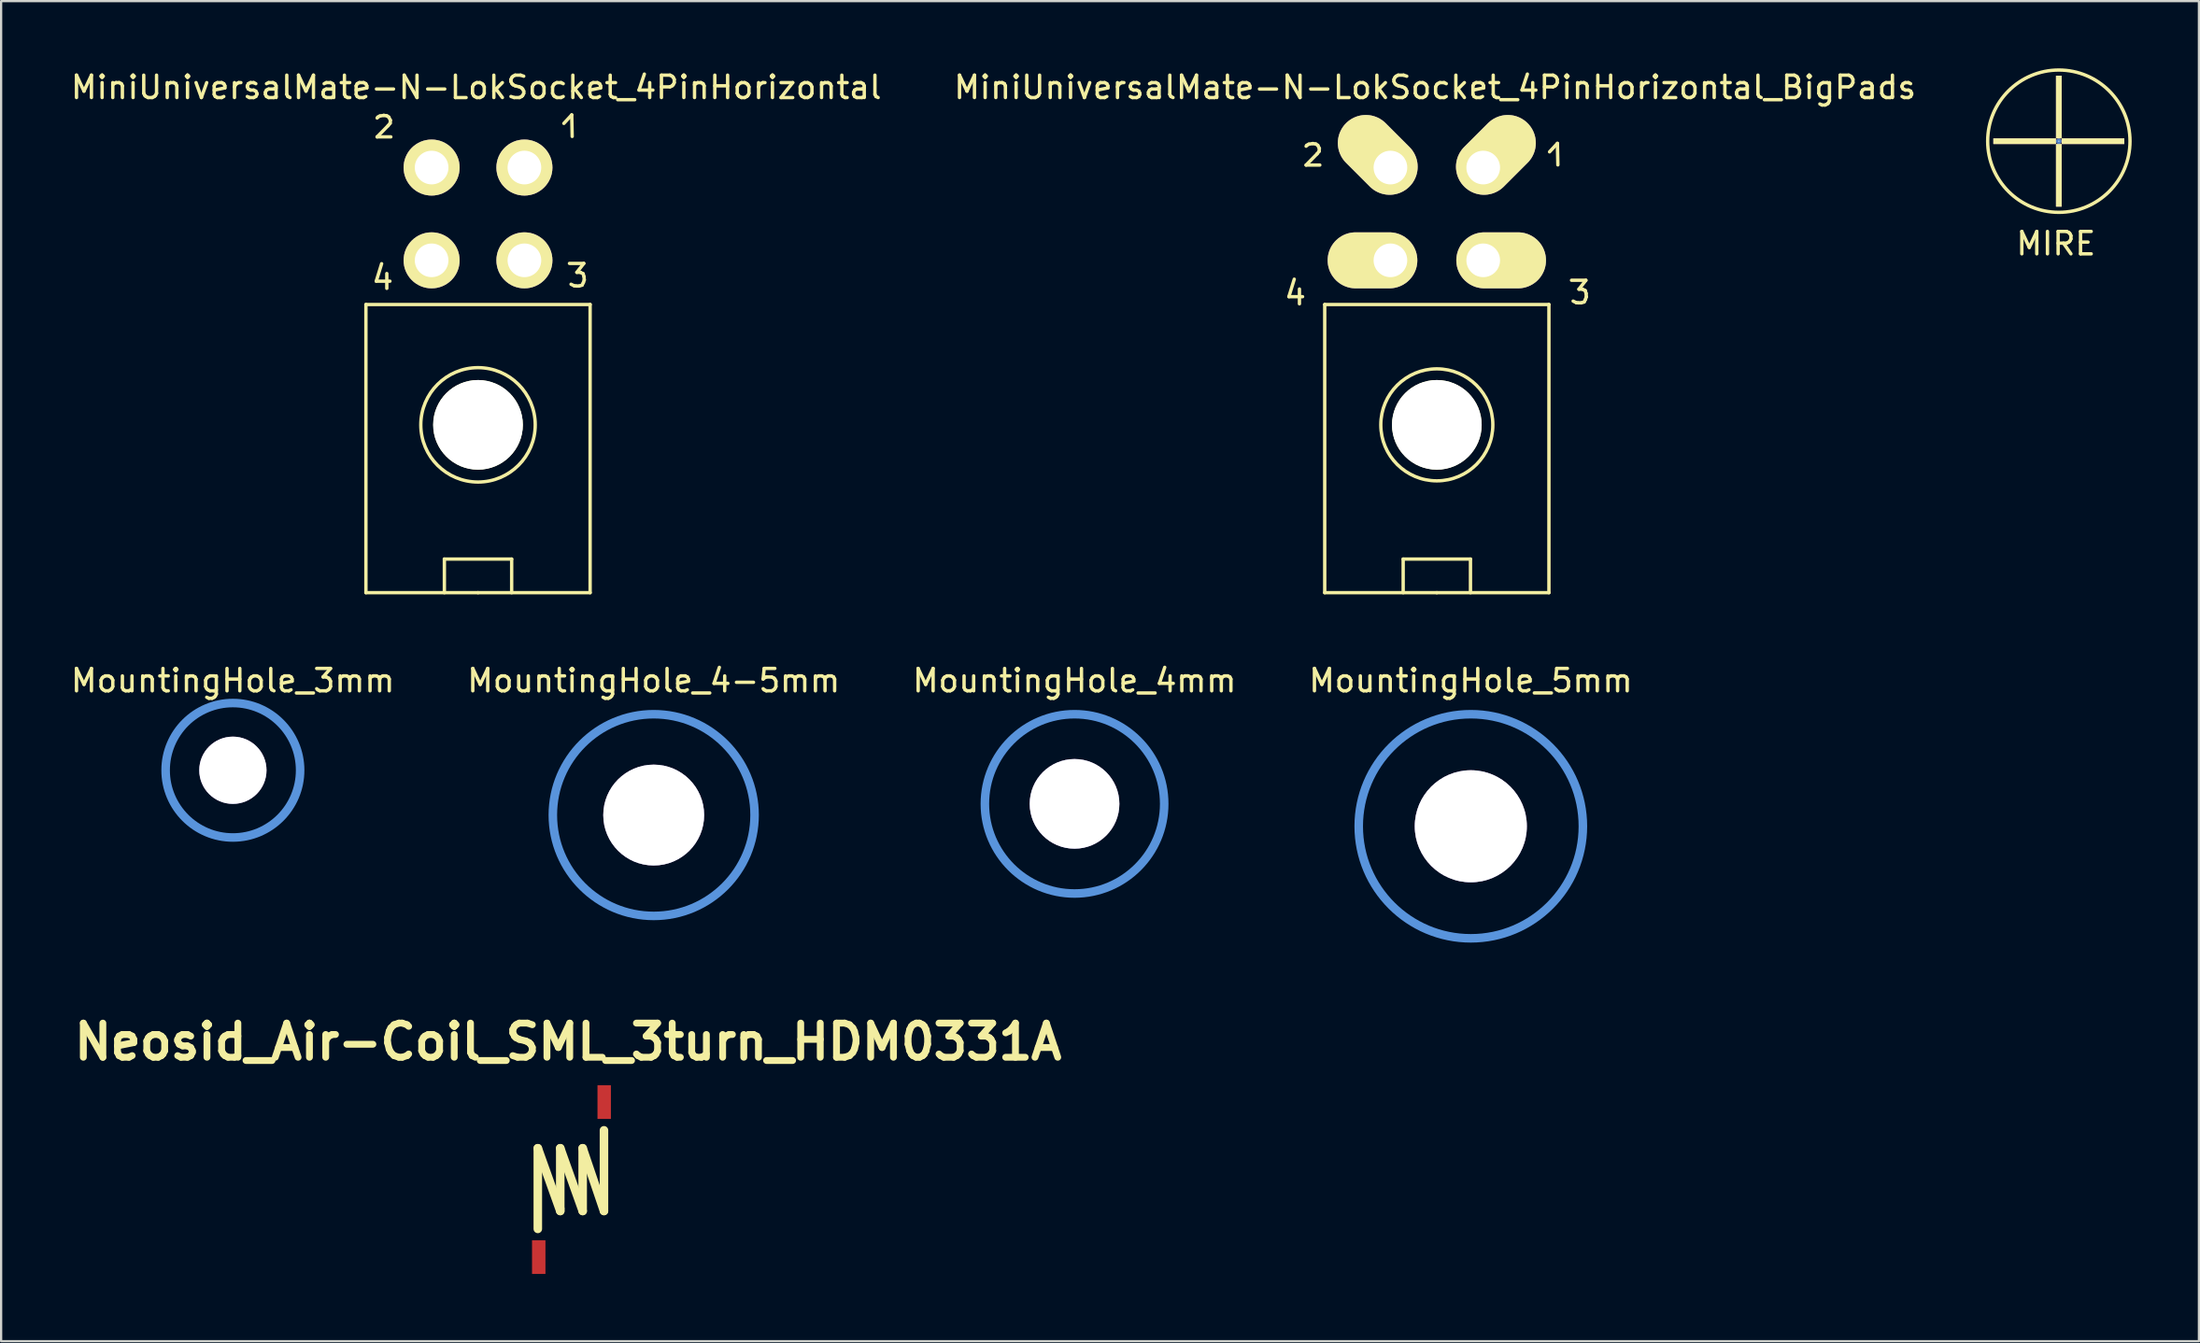
<source format=kicad_pcb>
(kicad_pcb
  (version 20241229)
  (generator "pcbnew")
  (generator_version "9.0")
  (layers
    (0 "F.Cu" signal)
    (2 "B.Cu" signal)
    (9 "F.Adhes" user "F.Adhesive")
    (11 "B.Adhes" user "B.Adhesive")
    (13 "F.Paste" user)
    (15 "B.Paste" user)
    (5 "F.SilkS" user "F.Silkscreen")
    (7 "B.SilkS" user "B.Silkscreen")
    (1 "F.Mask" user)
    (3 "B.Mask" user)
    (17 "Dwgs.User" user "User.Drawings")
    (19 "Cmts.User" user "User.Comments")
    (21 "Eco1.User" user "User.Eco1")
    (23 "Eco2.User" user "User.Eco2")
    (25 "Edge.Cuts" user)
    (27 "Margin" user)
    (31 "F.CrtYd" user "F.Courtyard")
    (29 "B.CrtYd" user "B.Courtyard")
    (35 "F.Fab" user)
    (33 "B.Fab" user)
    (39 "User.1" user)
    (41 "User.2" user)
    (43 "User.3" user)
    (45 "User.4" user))
  (footprint "MiniUniversalMate-N-LokSocket_4PinHorizontal_BigPads"
    (layer "F.Cu")
    (at 61.049 6.497)
    (property "Reference" "MiniUniversalMate-N-LokSocket_4PinHorizontal_BigPads" (at -0.079 -5.649 0) (layer "F.SilkS") (effects (font (size 1 1) (thickness 0.15))))
    (attr through_hole)
    (fp_line (start -6.599 3.691) (end -5.989 3.691) (stroke (width 0.15) (type solid)) (layer "F.SilkS"))
    (fp_line (start -6.36 2.911) (end -6.599 3.691) (stroke (width 0.15) (type solid)) (layer "F.SilkS"))
    (fp_line (start -6.129 3.35) (end -6.129 4.011) (stroke (width 0.15) (type solid)) (layer "F.SilkS"))
    (fp_line (start -5.832 -3.023) (end -5.801 -3.063) (stroke (width 0.15) (type solid)) (layer "F.SilkS"))
    (fp_line (start -5.832 -2.182) (end -5.22 -2.182) (stroke (width 0.15) (type solid)) (layer "F.SilkS"))
    (fp_line (start -5.801 -3.063) (end -5.71 -3.114) (stroke (width 0.15) (type solid)) (layer "F.SilkS"))
    (fp_line (start -5.71 -3.114) (end -5.532 -3.142) (stroke (width 0.15) (type solid)) (layer "F.SilkS"))
    (fp_line (start -5.532 -3.142) (end -5.4 -3.122) (stroke (width 0.15) (type solid)) (layer "F.SilkS"))
    (fp_line (start -5.4 -3.122) (end -5.311 -3.063) (stroke (width 0.15) (type solid)) (layer "F.SilkS"))
    (fp_line (start -5.342 -2.682) (end -5.832 -2.182) (stroke (width 0.15) (type solid)) (layer "F.SilkS"))
    (fp_line (start -5.311 -3.063) (end -5.24 -2.924) (stroke (width 0.15) (type solid)) (layer "F.SilkS"))
    (fp_line (start -5.25 -2.794) (end -5.342 -2.682) (stroke (width 0.15) (type solid)) (layer "F.SilkS"))
    (fp_line (start -5.24 -2.924) (end -5.25 -2.794) (stroke (width 0.15) (type solid)) (layer "F.SilkS"))
    (fp_line (start -5.001 4.041) (end 5.001 4.041) (stroke (width 0.15) (type solid)) (layer "F.SilkS"))
    (fp_line (start -5.001 16.901) (end -5.001 4.041) (stroke (width 0.15) (type solid)) (layer "F.SilkS"))
    (fp_line (start -1.501 15.4) (end -1.501 16.901) (stroke (width 0.15) (type solid)) (layer "F.SilkS"))
    (fp_line (start 0 16.901) (end -5.001 16.901) (stroke (width 0.15) (type solid)) (layer "F.SilkS"))
    (fp_line (start 0 16.901) (end 5.001 16.901) (stroke (width 0.15) (type solid)) (layer "F.SilkS"))
    (fp_line (start 1.501 15.4) (end -1.501 15.4) (stroke (width 0.15) (type solid)) (layer "F.SilkS"))
    (fp_line (start 1.501 16.901) (end 1.501 15.4) (stroke (width 0.15) (type solid)) (layer "F.SilkS"))
    (fp_line (start 5.001 4.041) (end 5.001 16.901) (stroke (width 0.15) (type solid)) (layer "F.SilkS"))
    (fp_line (start 5.029 -2.771) (end 5.38 -3.15) (stroke (width 0.15) (type solid)) (layer "F.SilkS"))
    (fp_line (start 5.38 -3.15) (end 5.4 -2.189) (stroke (width 0.15) (type solid)) (layer "F.SilkS"))
    (fp_line (start 6.01 2.959) (end 6.65 2.959) (stroke (width 0.15) (type solid)) (layer "F.SilkS"))
    (fp_line (start 6.22 3.957) (end 6.081 3.889) (stroke (width 0.15) (type solid)) (layer "F.SilkS"))
    (fp_line (start 6.32 3.967) (end 6.22 3.957) (stroke (width 0.15) (type solid)) (layer "F.SilkS"))
    (fp_line (start 6.34 3.358) (end 6.5 3.358) (stroke (width 0.15) (type solid)) (layer "F.SilkS"))
    (fp_line (start 6.439 3.967) (end 6.32 3.967) (stroke (width 0.15) (type solid)) (layer "F.SilkS"))
    (fp_line (start 6.5 3.358) (end 6.619 3.419) (stroke (width 0.15) (type solid)) (layer "F.SilkS"))
    (fp_line (start 6.571 3.929) (end 6.439 3.967) (stroke (width 0.15) (type solid)) (layer "F.SilkS"))
    (fp_line (start 6.619 3.419) (end 6.66 3.548) (stroke (width 0.15) (type solid)) (layer "F.SilkS"))
    (fp_line (start 6.629 3.818) (end 6.571 3.929) (stroke (width 0.15) (type solid)) (layer "F.SilkS"))
    (fp_line (start 6.65 2.959) (end 6.34 3.358) (stroke (width 0.15) (type solid)) (layer "F.SilkS"))
    (fp_line (start 6.66 3.548) (end 6.67 3.698) (stroke (width 0.15) (type solid)) (layer "F.SilkS"))
    (fp_line (start 6.67 3.698) (end 6.629 3.818) (stroke (width 0.15) (type solid)) (layer "F.SilkS"))
    (fp_circle (center 0 9.411) (end 2.499 9.411) (stroke (width 0.15) (type solid)) (fill no) (layer "F.SilkS"))
    (pad "" np_thru_hole circle (at 0 9.411 90) (size 4 4) (drill 4) (layers "*.Cu" "*.Mask" "F.SilkS"))
    (pad "1" thru_hole oval (at 2.07 -2.07 45) (size 4 2.499) (drill 1.501 (offset 0.8 0)) (layers "*.Cu" "*.Mask" "F.SilkS"))
    (pad "2" thru_hole oval (at -2.07 -2.07 315) (size 4 2.499) (drill 1.501 (offset -0.8 0)) (layers "*.Cu" "*.Mask" "F.SilkS"))
    (pad "3" thru_hole oval (at 2.07 2.07) (size 4 2.499) (drill 1.501 (offset 0.8 0)) (layers "*.Cu" "*.Mask" "F.SilkS"))
    (pad "4" thru_hole oval (at -2.07 2.07) (size 4 2.499) (drill 1.501 (offset -0.8 0)) (layers "*.Cu" "*.Mask" "F.SilkS")))
  (footprint "MountingHole_4-5mm"
    (layer "F.Cu")
    (at 26.113 33.321)
    (property "Reference" "MountingHole_4-5mm" (at 0 -5.999 0) (layer "F.SilkS") (effects (font (size 1 1) (thickness 0.15))))
    (attr through_hole)
    (fp_circle (center 0 0) (end 4.5 0) (stroke (width 0.381) (type solid)) (fill no) (layer "Cmts.User"))
    (pad "" thru_hole circle (at 0 0) (size 4.5 4.5) (drill 4.5) (layers)))
  (footprint "MountingHole_3mm"
    (layer "F.Cu")
    (at 7.339 31.322)
    (property "Reference" "MountingHole_3mm" (at 0 -4 0) (layer "F.SilkS") (effects (font (size 1 1) (thickness 0.15))))
    (attr through_hole)
    (fp_circle (center 0 0) (end 3 0) (stroke (width 0.381) (type solid)) (fill no) (layer "Cmts.User"))
    (pad "" thru_hole circle (at 0 0) (size 3 3) (drill 3) (layers)))
  (footprint "MountingHole_4mm"
    (layer "F.Cu")
    (at 44.887 32.821)
    (property "Reference" "MountingHole_4mm" (at 0 -5.499 0) (layer "F.SilkS") (effects (font (size 1 1) (thickness 0.15))))
    (attr through_hole)
    (fp_circle (center 0 0) (end 4 0) (stroke (width 0.381) (type solid)) (fill no) (layer "Cmts.User"))
    (pad "" thru_hole circle (at 0 0) (size 4 4) (drill 4) (layers)))
  (footprint "MountingHole_5mm"
    (layer "F.Cu")
    (at 62.565 33.821)
    (property "Reference" "MountingHole_5mm" (at 0 -6.5 0) (layer "F.SilkS") (effects (font (size 1 1) (thickness 0.15))))
    (attr through_hole)
    (fp_circle (center 0 0) (end 5 0) (stroke (width 0.381) (type solid)) (fill no) (layer "Cmts.User"))
    (pad "" thru_hole circle (at 0 0) (size 5 5) (drill 5) (layers)))
  (footprint "MiniUniversalMate-N-LokSocket_4PinHorizontal"
    (layer "F.Cu")
    (at 18.275 6.497)
    (property "Reference" "MiniUniversalMate-N-LokSocket_4PinHorizontal" (at -0.079 -5.649 0) (layer "F.SilkS") (effects (font (size 1 1) (thickness 0.15))))
    (attr through_hole)
    (fp_line (start -5.001 4.041) (end 5.001 4.041) (stroke (width 0.15) (type solid)) (layer "F.SilkS"))
    (fp_line (start -5.001 16.901) (end -5.001 4.041) (stroke (width 0.15) (type solid)) (layer "F.SilkS"))
    (fp_line (start -4.539 3) (end -3.929 3) (stroke (width 0.15) (type solid)) (layer "F.SilkS"))
    (fp_line (start -4.501 -4.28) (end -4.47 -4.321) (stroke (width 0.15) (type solid)) (layer "F.SilkS"))
    (fp_line (start -4.501 -3.439) (end -3.889 -3.439) (stroke (width 0.15) (type solid)) (layer "F.SilkS"))
    (fp_line (start -4.47 -4.321) (end -4.379 -4.371) (stroke (width 0.15) (type solid)) (layer "F.SilkS"))
    (fp_line (start -4.379 -4.371) (end -4.201 -4.399) (stroke (width 0.15) (type solid)) (layer "F.SilkS"))
    (fp_line (start -4.3 2.22) (end -4.539 3) (stroke (width 0.15) (type solid)) (layer "F.SilkS"))
    (fp_line (start -4.201 -4.399) (end -4.069 -4.379) (stroke (width 0.15) (type solid)) (layer "F.SilkS"))
    (fp_line (start -4.069 -4.379) (end -3.98 -4.321) (stroke (width 0.15) (type solid)) (layer "F.SilkS"))
    (fp_line (start -4.069 2.659) (end -4.069 3.32) (stroke (width 0.15) (type solid)) (layer "F.SilkS"))
    (fp_line (start -4.011 -3.94) (end -4.501 -3.439) (stroke (width 0.15) (type solid)) (layer "F.SilkS"))
    (fp_line (start -3.98 -4.321) (end -3.909 -4.181) (stroke (width 0.15) (type solid)) (layer "F.SilkS"))
    (fp_line (start -3.919 -4.051) (end -4.011 -3.94) (stroke (width 0.15) (type solid)) (layer "F.SilkS"))
    (fp_line (start -3.909 -4.181) (end -3.919 -4.051) (stroke (width 0.15) (type solid)) (layer "F.SilkS"))
    (fp_line (start -1.501 15.4) (end -1.501 16.901) (stroke (width 0.15) (type solid)) (layer "F.SilkS"))
    (fp_line (start 0 16.901) (end -5.001 16.901) (stroke (width 0.15) (type solid)) (layer "F.SilkS"))
    (fp_line (start 0 16.901) (end 5.001 16.901) (stroke (width 0.15) (type solid)) (layer "F.SilkS"))
    (fp_line (start 1.501 15.4) (end -1.501 15.4) (stroke (width 0.15) (type solid)) (layer "F.SilkS"))
    (fp_line (start 1.501 16.901) (end 1.501 15.4) (stroke (width 0.15) (type solid)) (layer "F.SilkS"))
    (fp_line (start 3.83 -4.041) (end 4.181 -4.42) (stroke (width 0.15) (type solid)) (layer "F.SilkS"))
    (fp_line (start 4.079 2.207) (end 4.719 2.207) (stroke (width 0.15) (type solid)) (layer "F.SilkS"))
    (fp_line (start 4.181 -4.42) (end 4.201 -3.459) (stroke (width 0.15) (type solid)) (layer "F.SilkS"))
    (fp_line (start 4.29 3.205) (end 4.15 3.137) (stroke (width 0.15) (type solid)) (layer "F.SilkS"))
    (fp_line (start 4.389 3.216) (end 4.29 3.205) (stroke (width 0.15) (type solid)) (layer "F.SilkS"))
    (fp_line (start 4.409 2.606) (end 4.569 2.606) (stroke (width 0.15) (type solid)) (layer "F.SilkS"))
    (fp_line (start 4.508 3.216) (end 4.389 3.216) (stroke (width 0.15) (type solid)) (layer "F.SilkS"))
    (fp_line (start 4.569 2.606) (end 4.689 2.667) (stroke (width 0.15) (type solid)) (layer "F.SilkS"))
    (fp_line (start 4.641 3.178) (end 4.508 3.216) (stroke (width 0.15) (type solid)) (layer "F.SilkS"))
    (fp_line (start 4.689 2.667) (end 4.729 2.797) (stroke (width 0.15) (type solid)) (layer "F.SilkS"))
    (fp_line (start 4.699 3.066) (end 4.641 3.178) (stroke (width 0.15) (type solid)) (layer "F.SilkS"))
    (fp_line (start 4.719 2.207) (end 4.409 2.606) (stroke (width 0.15) (type solid)) (layer "F.SilkS"))
    (fp_line (start 4.729 2.797) (end 4.74 2.946) (stroke (width 0.15) (type solid)) (layer "F.SilkS"))
    (fp_line (start 4.74 2.946) (end 4.699 3.066) (stroke (width 0.15) (type solid)) (layer "F.SilkS"))
    (fp_line (start 5.001 4.041) (end 5.001 16.901) (stroke (width 0.15) (type solid)) (layer "F.SilkS"))
    (fp_circle (center 0 9.411) (end 2.141 10.8) (stroke (width 0.15) (type solid)) (fill no) (layer "F.SilkS"))
    (pad "" np_thru_hole circle (at 0 9.411 90) (size 4 4) (drill 4) (layers "*.Cu" "*.Mask" "F.SilkS"))
    (pad "1" thru_hole circle (at 2.07 -2.07 90) (size 2.499 2.499) (drill 1.501) (layers "*.Cu" "*.Mask" "F.SilkS"))
    (pad "2" thru_hole circle (at -2.07 -2.07 90) (size 2.499 2.499) (drill 1.501) (layers "*.Cu" "*.Mask" "F.SilkS"))
    (pad "3" thru_hole circle (at 2.07 2.07 90) (size 2.499 2.499) (drill 1.501) (layers "*.Cu" "*.Mask" "F.SilkS"))
    (pad "4" thru_hole circle (at -2.07 2.07 90) (size 2.499 2.499) (drill 1.501) (layers "*.Cu" "*.Mask" "F.SilkS")))
  (footprint "Neosid_Air-Coil_SML_3turn_HDM0331A"
    (layer "F.Cu")
    (at 22.444 49.588)
    (property "Reference" "Neosid_Air-Coil_SML_3turn_HDM0331A" (at -0.15 -6.149 0) (layer "F.SilkS") (effects (font (size 1.524 1.524) (thickness 0.305))))
    (attr smd)
    (fp_line (start -1.501 -1.4) (end -1.501 2.2) (stroke (width 0.381) (type solid)) (layer "F.SilkS"))
    (fp_line (start -1.501 -1.4) (end -0.5 1.4) (stroke (width 0.381) (type solid)) (layer "F.SilkS"))
    (fp_line (start -0.5 -1.4) (end -0.5 1.3) (stroke (width 0.381) (type solid)) (layer "F.SilkS"))
    (fp_line (start -0.5 -1.4) (end 0.5 1.4) (stroke (width 0.381) (type solid)) (layer "F.SilkS"))
    (fp_line (start -0.5 1.3) (end -0.5 1.4) (stroke (width 0.381) (type solid)) (layer "F.SilkS"))
    (fp_line (start 0.5 -1.4) (end 0.5 1.4) (stroke (width 0.381) (type solid)) (layer "F.SilkS"))
    (fp_line (start 0.5 -1.4) (end 1.45 1.4) (stroke (width 0.381) (type solid)) (layer "F.SilkS"))
    (fp_line (start 1.45 1.4) (end 1.45 -2.2) (stroke (width 0.381) (type solid)) (layer "F.SilkS"))
    (pad "1" smd rect (at -1.46 3.459) (size 0.599 1.501) (layers "F.Cu" "F.Mask" "F.Paste"))
    (pad "2" smd rect (at 1.46 -3.459) (size 0.599 1.501) (layers "F.Cu" "F.Mask" "F.Paste")))
  (footprint "MIRE"
    (layer "F.Cu")
    (at 88.798 3.25)
    (property "Reference" "MIRE" (at -0.127 4.572 0) (layer "F.SilkS") (effects (font (size 1 1) (thickness 0.15))))
    (attr through_hole)
    (fp_circle (center 0 0) (end 2.54 1.905) (stroke (width 0.15) (type solid)) (fill no) (layer "F.SilkS"))
    (pad "" thru_hole rect (at -1.524 0) (size 2.794 0.254) (drill 0.000001) (layers "*.Cu" "*.Mask" "F.SilkS"))
    (pad "" thru_hole rect (at 0 -1.524) (size 0.254 2.794) (drill 0.000001) (layers "*.Cu" "*.Mask" "F.SilkS"))
    (pad "" thru_hole circle (at 0 0) (size 0.254 0.254) (drill 0.051) (layers "*.Cu" "*.Mask"))
    (pad "" thru_hole rect (at 0 1.524) (size 0.254 2.794) (drill 0.000001) (layers "*.Cu" "*.Mask" "F.SilkS"))
    (pad "" thru_hole rect (at 1.524 0) (size 2.794 0.254) (drill 0.000001) (layers "*.Cu" "*.Mask" "F.SilkS")))
  (gr_rect
    (start -3 -3)
    (end 95.048 56.798)
    (stroke (width 0.1) (type default))
    (fill no)
    (layer "Edge.Cuts")))
</source>
